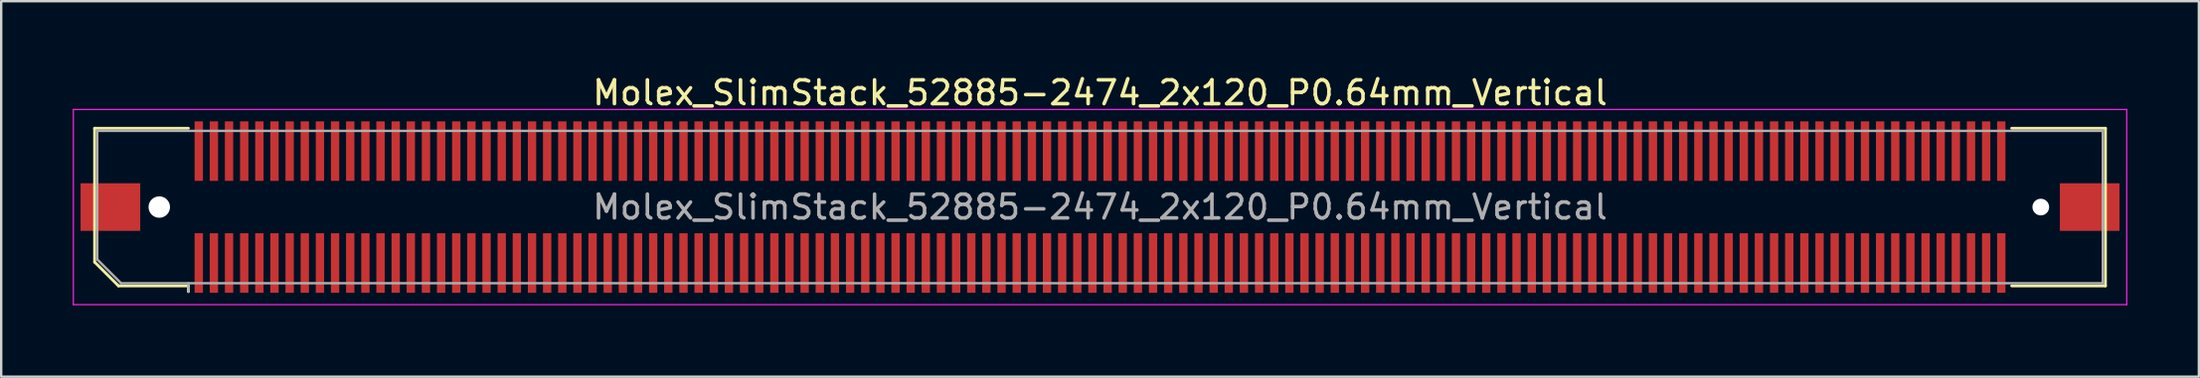
<source format=kicad_pcb>
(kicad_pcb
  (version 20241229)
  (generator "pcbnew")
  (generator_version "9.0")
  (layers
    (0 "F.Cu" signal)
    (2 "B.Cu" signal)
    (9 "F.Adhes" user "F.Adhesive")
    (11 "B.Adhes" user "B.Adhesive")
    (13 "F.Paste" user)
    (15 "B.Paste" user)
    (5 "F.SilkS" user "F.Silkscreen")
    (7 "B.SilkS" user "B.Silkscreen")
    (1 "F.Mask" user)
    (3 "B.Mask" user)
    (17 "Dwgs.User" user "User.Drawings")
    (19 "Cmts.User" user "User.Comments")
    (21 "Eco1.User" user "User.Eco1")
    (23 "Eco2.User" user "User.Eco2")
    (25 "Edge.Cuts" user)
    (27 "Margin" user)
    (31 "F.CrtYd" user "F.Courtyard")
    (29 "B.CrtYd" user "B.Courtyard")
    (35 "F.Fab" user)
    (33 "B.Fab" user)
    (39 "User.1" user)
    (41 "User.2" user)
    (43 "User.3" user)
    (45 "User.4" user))
  (footprint "Molex_SlimStack_52885-2474_2x120_P0.64mm_Vertical"
    (layer "F.Cu")
    (at 43.065 5.648)
    (property "Reference" "Molex_SlimStack_52885-2474_2x120_P0.64mm_Vertical" (at 0 -4.8 0) (layer "F.SilkS") (effects (font (size 1 1) (thickness 0.15))))
    (attr smd)
    (fp_line (start -42.148 -3.31) (end -38.218 -3.31) (stroke (width 0.12) (type solid)) (layer "F.SilkS"))
    (fp_line (start -42.148 2.31) (end -42.148 -3.31) (stroke (width 0.12) (type solid)) (layer "F.SilkS"))
    (fp_line (start -41.148 3.31) (end -42.148 2.31) (stroke (width 0.12) (type solid)) (layer "F.SilkS"))
    (fp_line (start -38.218 3.31) (end -41.148 3.31) (stroke (width 0.12) (type solid)) (layer "F.SilkS"))
    (fp_line (start -38.218 3.55) (end -38.218 3.31) (stroke (width 0.12) (type solid)) (layer "F.SilkS"))
    (fp_line (start 38.218 3.31) (end 42.148 3.31) (stroke (width 0.12) (type solid)) (layer "F.SilkS"))
    (fp_line (start 42.148 -3.31) (end 38.218 -3.31) (stroke (width 0.12) (type solid)) (layer "F.SilkS"))
    (fp_line (start 42.148 3.31) (end 42.148 -3.31) (stroke (width 0.12) (type solid)) (layer "F.SilkS"))
    (fp_line (start -43.04 -4.1) (end -43.04 4.1) (stroke (width 0.05) (type solid)) (layer "F.CrtYd"))
    (fp_line (start -43.04 4.1) (end 43.04 4.1) (stroke (width 0.05) (type solid)) (layer "F.CrtYd"))
    (fp_line (start 43.04 -4.1) (end -43.04 -4.1) (stroke (width 0.05) (type solid)) (layer "F.CrtYd"))
    (fp_line (start 43.04 4.1) (end 43.04 -4.1) (stroke (width 0.05) (type solid)) (layer "F.CrtYd"))
    (fp_line (start -42.038 -3.2) (end -42.038 2.2) (stroke (width 0.1) (type solid)) (layer "F.Fab"))
    (fp_line (start -42.038 2.2) (end -41.038 3.2) (stroke (width 0.1) (type solid)) (layer "F.Fab"))
    (fp_line (start -41.038 3.2) (end 42.038 3.2) (stroke (width 0.1) (type solid)) (layer "F.Fab"))
    (fp_line (start -38.218 3.2) (end -38.218 3.55) (stroke (width 0.1) (type solid)) (layer "F.Fab"))
    (fp_line (start 42.038 -3.2) (end -42.038 -3.2) (stroke (width 0.1) (type solid)) (layer "F.Fab"))
    (fp_line (start 42.038 3.2) (end 42.038 -3.2) (stroke (width 0.1) (type solid)) (layer "F.Fab"))
    (fp_text user "${REFERENCE}" (at 0 0 0) (layer "F.Fab") (effects (font (size 1 1) (thickness 0.15))))
    (pad "" smd rect (at -41.487 0) (size 2.5 2) (layers "F.Cu" "F.Mask" "F.Paste"))
    (pad "" np_thru_hole circle (at -39.438 0) (size 0.9 0.9) (drill 0.9) (layers "*.Cu" "*.Mask"))
    (pad "" np_thru_hole circle (at 39.438 0) (size 0.7 0.7) (drill 0.7) (layers "*.Cu" "*.Mask"))
    (pad "" smd rect (at 41.487 0) (size 2.5 2) (layers "F.Cu" "F.Mask" "F.Paste"))
    (pad "1" smd rect (at -37.782 2.35) (size 0.35 2.5) (layers "F.Cu" "F.Mask" "F.Paste"))
    (pad "2" smd rect (at -37.782 -2.35) (size 0.35 2.5) (layers "F.Cu" "F.Mask" "F.Paste"))
    (pad "3" smd rect (at -37.148 2.35) (size 0.35 2.5) (layers "F.Cu" "F.Mask" "F.Paste"))
    (pad "4" smd rect (at -37.148 -2.35) (size 0.35 2.5) (layers "F.Cu" "F.Mask" "F.Paste"))
    (pad "5" smd rect (at -36.513 2.35) (size 0.35 2.5) (layers "F.Cu" "F.Mask" "F.Paste"))
    (pad "6" smd rect (at -36.513 -2.35) (size 0.35 2.5) (layers "F.Cu" "F.Mask" "F.Paste"))
    (pad "7" smd rect (at -35.877 2.35) (size 0.35 2.5) (layers "F.Cu" "F.Mask" "F.Paste"))
    (pad "8" smd rect (at -35.877 -2.35) (size 0.35 2.5) (layers "F.Cu" "F.Mask" "F.Paste"))
    (pad "9" smd rect (at -35.242 2.35) (size 0.35 2.5) (layers "F.Cu" "F.Mask" "F.Paste"))
    (pad "10" smd rect (at -35.242 -2.35) (size 0.35 2.5) (layers "F.Cu" "F.Mask" "F.Paste"))
    (pad "11" smd rect (at -34.608 2.35) (size 0.35 2.5) (layers "F.Cu" "F.Mask" "F.Paste"))
    (pad "12" smd rect (at -34.608 -2.35) (size 0.35 2.5) (layers "F.Cu" "F.Mask" "F.Paste"))
    (pad "13" smd rect (at -33.972 2.35) (size 0.35 2.5) (layers "F.Cu" "F.Mask" "F.Paste"))
    (pad "14" smd rect (at -33.972 -2.35) (size 0.35 2.5) (layers "F.Cu" "F.Mask" "F.Paste"))
    (pad "15" smd rect (at -33.337 2.35) (size 0.35 2.5) (layers "F.Cu" "F.Mask" "F.Paste"))
    (pad "16" smd rect (at -33.337 -2.35) (size 0.35 2.5) (layers "F.Cu" "F.Mask" "F.Paste"))
    (pad "17" smd rect (at -32.703 2.35) (size 0.35 2.5) (layers "F.Cu" "F.Mask" "F.Paste"))
    (pad "18" smd rect (at -32.703 -2.35) (size 0.35 2.5) (layers "F.Cu" "F.Mask" "F.Paste"))
    (pad "19" smd rect (at -32.068 2.35) (size 0.35 2.5) (layers "F.Cu" "F.Mask" "F.Paste"))
    (pad "20" smd rect (at -32.068 -2.35) (size 0.35 2.5) (layers "F.Cu" "F.Mask" "F.Paste"))
    (pad "21" smd rect (at -31.433 2.35) (size 0.35 2.5) (layers "F.Cu" "F.Mask" "F.Paste"))
    (pad "22" smd rect (at -31.433 -2.35) (size 0.35 2.5) (layers "F.Cu" "F.Mask" "F.Paste"))
    (pad "23" smd rect (at -30.797 2.35) (size 0.35 2.5) (layers "F.Cu" "F.Mask" "F.Paste"))
    (pad "24" smd rect (at -30.797 -2.35) (size 0.35 2.5) (layers "F.Cu" "F.Mask" "F.Paste"))
    (pad "25" smd rect (at -30.163 2.35) (size 0.35 2.5) (layers "F.Cu" "F.Mask" "F.Paste"))
    (pad "26" smd rect (at -30.163 -2.35) (size 0.35 2.5) (layers "F.Cu" "F.Mask" "F.Paste"))
    (pad "27" smd rect (at -29.527 2.35) (size 0.35 2.5) (layers "F.Cu" "F.Mask" "F.Paste"))
    (pad "28" smd rect (at -29.527 -2.35) (size 0.35 2.5) (layers "F.Cu" "F.Mask" "F.Paste"))
    (pad "29" smd rect (at -28.892 2.35) (size 0.35 2.5) (layers "F.Cu" "F.Mask" "F.Paste"))
    (pad "30" smd rect (at -28.892 -2.35) (size 0.35 2.5) (layers "F.Cu" "F.Mask" "F.Paste"))
    (pad "31" smd rect (at -28.258 2.35) (size 0.35 2.5) (layers "F.Cu" "F.Mask" "F.Paste"))
    (pad "32" smd rect (at -28.258 -2.35) (size 0.35 2.5) (layers "F.Cu" "F.Mask" "F.Paste"))
    (pad "33" smd rect (at -27.622 2.35) (size 0.35 2.5) (layers "F.Cu" "F.Mask" "F.Paste"))
    (pad "34" smd rect (at -27.622 -2.35) (size 0.35 2.5) (layers "F.Cu" "F.Mask" "F.Paste"))
    (pad "35" smd rect (at -26.988 2.35) (size 0.35 2.5) (layers "F.Cu" "F.Mask" "F.Paste"))
    (pad "36" smd rect (at -26.988 -2.35) (size 0.35 2.5) (layers "F.Cu" "F.Mask" "F.Paste"))
    (pad "37" smd rect (at -26.352 2.35) (size 0.35 2.5) (layers "F.Cu" "F.Mask" "F.Paste"))
    (pad "38" smd rect (at -26.352 -2.35) (size 0.35 2.5) (layers "F.Cu" "F.Mask" "F.Paste"))
    (pad "39" smd rect (at -25.718 2.35) (size 0.35 2.5) (layers "F.Cu" "F.Mask" "F.Paste"))
    (pad "40" smd rect (at -25.718 -2.35) (size 0.35 2.5) (layers "F.Cu" "F.Mask" "F.Paste"))
    (pad "41" smd rect (at -25.082 2.35) (size 0.35 2.5) (layers "F.Cu" "F.Mask" "F.Paste"))
    (pad "42" smd rect (at -25.082 -2.35) (size 0.35 2.5) (layers "F.Cu" "F.Mask" "F.Paste"))
    (pad "43" smd rect (at -24.448 2.35) (size 0.35 2.5) (layers "F.Cu" "F.Mask" "F.Paste"))
    (pad "44" smd rect (at -24.448 -2.35) (size 0.35 2.5) (layers "F.Cu" "F.Mask" "F.Paste"))
    (pad "45" smd rect (at -23.812 2.35) (size 0.35 2.5) (layers "F.Cu" "F.Mask" "F.Paste"))
    (pad "46" smd rect (at -23.812 -2.35) (size 0.35 2.5) (layers "F.Cu" "F.Mask" "F.Paste"))
    (pad "47" smd rect (at -23.177 2.35) (size 0.35 2.5) (layers "F.Cu" "F.Mask" "F.Paste"))
    (pad "48" smd rect (at -23.177 -2.35) (size 0.35 2.5) (layers "F.Cu" "F.Mask" "F.Paste"))
    (pad "49" smd rect (at -22.543 2.35) (size 0.35 2.5) (layers "F.Cu" "F.Mask" "F.Paste"))
    (pad "50" smd rect (at -22.543 -2.35) (size 0.35 2.5) (layers "F.Cu" "F.Mask" "F.Paste"))
    (pad "51" smd rect (at -21.907 2.35) (size 0.35 2.5) (layers "F.Cu" "F.Mask" "F.Paste"))
    (pad "52" smd rect (at -21.907 -2.35) (size 0.35 2.5) (layers "F.Cu" "F.Mask" "F.Paste"))
    (pad "53" smd rect (at -21.273 2.35) (size 0.35 2.5) (layers "F.Cu" "F.Mask" "F.Paste"))
    (pad "54" smd rect (at -21.273 -2.35) (size 0.35 2.5) (layers "F.Cu" "F.Mask" "F.Paste"))
    (pad "55" smd rect (at -20.637 2.35) (size 0.35 2.5) (layers "F.Cu" "F.Mask" "F.Paste"))
    (pad "56" smd rect (at -20.637 -2.35) (size 0.35 2.5) (layers "F.Cu" "F.Mask" "F.Paste"))
    (pad "57" smd rect (at -20.003 2.35) (size 0.35 2.5) (layers "F.Cu" "F.Mask" "F.Paste"))
    (pad "58" smd rect (at -20.003 -2.35) (size 0.35 2.5) (layers "F.Cu" "F.Mask" "F.Paste"))
    (pad "59" smd rect (at -19.367 2.35) (size 0.35 2.5) (layers "F.Cu" "F.Mask" "F.Paste"))
    (pad "60" smd rect (at -19.367 -2.35) (size 0.35 2.5) (layers "F.Cu" "F.Mask" "F.Paste"))
    (pad "61" smd rect (at -18.733 2.35) (size 0.35 2.5) (layers "F.Cu" "F.Mask" "F.Paste"))
    (pad "62" smd rect (at -18.733 -2.35) (size 0.35 2.5) (layers "F.Cu" "F.Mask" "F.Paste"))
    (pad "63" smd rect (at -18.098 2.35) (size 0.35 2.5) (layers "F.Cu" "F.Mask" "F.Paste"))
    (pad "64" smd rect (at -18.098 -2.35) (size 0.35 2.5) (layers "F.Cu" "F.Mask" "F.Paste"))
    (pad "65" smd rect (at -17.462 2.35) (size 0.35 2.5) (layers "F.Cu" "F.Mask" "F.Paste"))
    (pad "66" smd rect (at -17.462 -2.35) (size 0.35 2.5) (layers "F.Cu" "F.Mask" "F.Paste"))
    (pad "67" smd rect (at -16.828 2.35) (size 0.35 2.5) (layers "F.Cu" "F.Mask" "F.Paste"))
    (pad "68" smd rect (at -16.828 -2.35) (size 0.35 2.5) (layers "F.Cu" "F.Mask" "F.Paste"))
    (pad "69" smd rect (at -16.192 2.35) (size 0.35 2.5) (layers "F.Cu" "F.Mask" "F.Paste"))
    (pad "70" smd rect (at -16.192 -2.35) (size 0.35 2.5) (layers "F.Cu" "F.Mask" "F.Paste"))
    (pad "71" smd rect (at -15.557 2.35) (size 0.35 2.5) (layers "F.Cu" "F.Mask" "F.Paste"))
    (pad "72" smd rect (at -15.557 -2.35) (size 0.35 2.5) (layers "F.Cu" "F.Mask" "F.Paste"))
    (pad "73" smd rect (at -14.922 2.35) (size 0.35 2.5) (layers "F.Cu" "F.Mask" "F.Paste"))
    (pad "74" smd rect (at -14.922 -2.35) (size 0.35 2.5) (layers "F.Cu" "F.Mask" "F.Paste"))
    (pad "75" smd rect (at -14.287 2.35) (size 0.35 2.5) (layers "F.Cu" "F.Mask" "F.Paste"))
    (pad "76" smd rect (at -14.287 -2.35) (size 0.35 2.5) (layers "F.Cu" "F.Mask" "F.Paste"))
    (pad "77" smd rect (at -13.652 2.35) (size 0.35 2.5) (layers "F.Cu" "F.Mask" "F.Paste"))
    (pad "78" smd rect (at -13.652 -2.35) (size 0.35 2.5) (layers "F.Cu" "F.Mask" "F.Paste"))
    (pad "79" smd rect (at -13.018 2.35) (size 0.35 2.5) (layers "F.Cu" "F.Mask" "F.Paste"))
    (pad "80" smd rect (at -13.018 -2.35) (size 0.35 2.5) (layers "F.Cu" "F.Mask" "F.Paste"))
    (pad "81" smd rect (at -12.383 2.35) (size 0.35 2.5) (layers "F.Cu" "F.Mask" "F.Paste"))
    (pad "82" smd rect (at -12.383 -2.35) (size 0.35 2.5) (layers "F.Cu" "F.Mask" "F.Paste"))
    (pad "83" smd rect (at -11.748 2.35) (size 0.35 2.5) (layers "F.Cu" "F.Mask" "F.Paste"))
    (pad "84" smd rect (at -11.748 -2.35) (size 0.35 2.5) (layers "F.Cu" "F.Mask" "F.Paste"))
    (pad "85" smd rect (at -11.113 2.35) (size 0.35 2.5) (layers "F.Cu" "F.Mask" "F.Paste"))
    (pad "86" smd rect (at -11.113 -2.35) (size 0.35 2.5) (layers "F.Cu" "F.Mask" "F.Paste"))
    (pad "87" smd rect (at -10.477 2.35) (size 0.35 2.5) (layers "F.Cu" "F.Mask" "F.Paste"))
    (pad "88" smd rect (at -10.477 -2.35) (size 0.35 2.5) (layers "F.Cu" "F.Mask" "F.Paste"))
    (pad "89" smd rect (at -9.842 2.35) (size 0.35 2.5) (layers "F.Cu" "F.Mask" "F.Paste"))
    (pad "90" smd rect (at -9.842 -2.35) (size 0.35 2.5) (layers "F.Cu" "F.Mask" "F.Paste"))
    (pad "91" smd rect (at -9.207 2.35) (size 0.35 2.5) (layers "F.Cu" "F.Mask" "F.Paste"))
    (pad "92" smd rect (at -9.207 -2.35) (size 0.35 2.5) (layers "F.Cu" "F.Mask" "F.Paste"))
    (pad "93" smd rect (at -8.572 2.35) (size 0.35 2.5) (layers "F.Cu" "F.Mask" "F.Paste"))
    (pad "94" smd rect (at -8.572 -2.35) (size 0.35 2.5) (layers "F.Cu" "F.Mask" "F.Paste"))
    (pad "95" smd rect (at -7.938 2.35) (size 0.35 2.5) (layers "F.Cu" "F.Mask" "F.Paste"))
    (pad "96" smd rect (at -7.938 -2.35) (size 0.35 2.5) (layers "F.Cu" "F.Mask" "F.Paste"))
    (pad "97" smd rect (at -7.303 2.35) (size 0.35 2.5) (layers "F.Cu" "F.Mask" "F.Paste"))
    (pad "98" smd rect (at -7.303 -2.35) (size 0.35 2.5) (layers "F.Cu" "F.Mask" "F.Paste"))
    (pad "99" smd rect (at -6.668 2.35) (size 0.35 2.5) (layers "F.Cu" "F.Mask" "F.Paste"))
    (pad "100" smd rect (at -6.668 -2.35) (size 0.35 2.5) (layers "F.Cu" "F.Mask" "F.Paste"))
    (pad "101" smd rect (at -6.032 2.35) (size 0.35 2.5) (layers "F.Cu" "F.Mask" "F.Paste"))
    (pad "102" smd rect (at -6.032 -2.35) (size 0.35 2.5) (layers "F.Cu" "F.Mask" "F.Paste"))
    (pad "103" smd rect (at -5.397 2.35) (size 0.35 2.5) (layers "F.Cu" "F.Mask" "F.Paste"))
    (pad "104" smd rect (at -5.397 -2.35) (size 0.35 2.5) (layers "F.Cu" "F.Mask" "F.Paste"))
    (pad "105" smd rect (at -4.763 2.35) (size 0.35 2.5) (layers "F.Cu" "F.Mask" "F.Paste"))
    (pad "106" smd rect (at -4.763 -2.35) (size 0.35 2.5) (layers "F.Cu" "F.Mask" "F.Paste"))
    (pad "107" smd rect (at -4.128 2.35) (size 0.35 2.5) (layers "F.Cu" "F.Mask" "F.Paste"))
    (pad "108" smd rect (at -4.128 -2.35) (size 0.35 2.5) (layers "F.Cu" "F.Mask" "F.Paste"))
    (pad "109" smd rect (at -3.493 2.35) (size 0.35 2.5) (layers "F.Cu" "F.Mask" "F.Paste"))
    (pad "110" smd rect (at -3.493 -2.35) (size 0.35 2.5) (layers "F.Cu" "F.Mask" "F.Paste"))
    (pad "111" smd rect (at -2.857 2.35) (size 0.35 2.5) (layers "F.Cu" "F.Mask" "F.Paste"))
    (pad "112" smd rect (at -2.857 -2.35) (size 0.35 2.5) (layers "F.Cu" "F.Mask" "F.Paste"))
    (pad "113" smd rect (at -2.223 2.35) (size 0.35 2.5) (layers "F.Cu" "F.Mask" "F.Paste"))
    (pad "114" smd rect (at -2.223 -2.35) (size 0.35 2.5) (layers "F.Cu" "F.Mask" "F.Paste"))
    (pad "115" smd rect (at -1.587 2.35) (size 0.35 2.5) (layers "F.Cu" "F.Mask" "F.Paste"))
    (pad "116" smd rect (at -1.587 -2.35) (size 0.35 2.5) (layers "F.Cu" "F.Mask" "F.Paste"))
    (pad "117" smd rect (at -0.953 2.35) (size 0.35 2.5) (layers "F.Cu" "F.Mask" "F.Paste"))
    (pad "118" smd rect (at -0.953 -2.35) (size 0.35 2.5) (layers "F.Cu" "F.Mask" "F.Paste"))
    (pad "119" smd rect (at -0.318 2.35) (size 0.35 2.5) (layers "F.Cu" "F.Mask" "F.Paste"))
    (pad "120" smd rect (at -0.318 -2.35) (size 0.35 2.5) (layers "F.Cu" "F.Mask" "F.Paste"))
    (pad "121" smd rect (at 0.318 2.35) (size 0.35 2.5) (layers "F.Cu" "F.Mask" "F.Paste"))
    (pad "122" smd rect (at 0.318 -2.35) (size 0.35 2.5) (layers "F.Cu" "F.Mask" "F.Paste"))
    (pad "123" smd rect (at 0.953 2.35) (size 0.35 2.5) (layers "F.Cu" "F.Mask" "F.Paste"))
    (pad "124" smd rect (at 0.953 -2.35) (size 0.35 2.5) (layers "F.Cu" "F.Mask" "F.Paste"))
    (pad "125" smd rect (at 1.587 2.35) (size 0.35 2.5) (layers "F.Cu" "F.Mask" "F.Paste"))
    (pad "126" smd rect (at 1.587 -2.35) (size 0.35 2.5) (layers "F.Cu" "F.Mask" "F.Paste"))
    (pad "127" smd rect (at 2.223 2.35) (size 0.35 2.5) (layers "F.Cu" "F.Mask" "F.Paste"))
    (pad "128" smd rect (at 2.223 -2.35) (size 0.35 2.5) (layers "F.Cu" "F.Mask" "F.Paste"))
    (pad "129" smd rect (at 2.857 2.35) (size 0.35 2.5) (layers "F.Cu" "F.Mask" "F.Paste"))
    (pad "130" smd rect (at 2.857 -2.35) (size 0.35 2.5) (layers "F.Cu" "F.Mask" "F.Paste"))
    (pad "131" smd rect (at 3.493 2.35) (size 0.35 2.5) (layers "F.Cu" "F.Mask" "F.Paste"))
    (pad "132" smd rect (at 3.493 -2.35) (size 0.35 2.5) (layers "F.Cu" "F.Mask" "F.Paste"))
    (pad "133" smd rect (at 4.128 2.35) (size 0.35 2.5) (layers "F.Cu" "F.Mask" "F.Paste"))
    (pad "134" smd rect (at 4.128 -2.35) (size 0.35 2.5) (layers "F.Cu" "F.Mask" "F.Paste"))
    (pad "135" smd rect (at 4.763 2.35) (size 0.35 2.5) (layers "F.Cu" "F.Mask" "F.Paste"))
    (pad "136" smd rect (at 4.763 -2.35) (size 0.35 2.5) (layers "F.Cu" "F.Mask" "F.Paste"))
    (pad "137" smd rect (at 5.397 2.35) (size 0.35 2.5) (layers "F.Cu" "F.Mask" "F.Paste"))
    (pad "138" smd rect (at 5.397 -2.35) (size 0.35 2.5) (layers "F.Cu" "F.Mask" "F.Paste"))
    (pad "139" smd rect (at 6.032 2.35) (size 0.35 2.5) (layers "F.Cu" "F.Mask" "F.Paste"))
    (pad "140" smd rect (at 6.032 -2.35) (size 0.35 2.5) (layers "F.Cu" "F.Mask" "F.Paste"))
    (pad "141" smd rect (at 6.668 2.35) (size 0.35 2.5) (layers "F.Cu" "F.Mask" "F.Paste"))
    (pad "142" smd rect (at 6.668 -2.35) (size 0.35 2.5) (layers "F.Cu" "F.Mask" "F.Paste"))
    (pad "143" smd rect (at 7.303 2.35) (size 0.35 2.5) (layers "F.Cu" "F.Mask" "F.Paste"))
    (pad "144" smd rect (at 7.303 -2.35) (size 0.35 2.5) (layers "F.Cu" "F.Mask" "F.Paste"))
    (pad "145" smd rect (at 7.938 2.35) (size 0.35 2.5) (layers "F.Cu" "F.Mask" "F.Paste"))
    (pad "146" smd rect (at 7.938 -2.35) (size 0.35 2.5) (layers "F.Cu" "F.Mask" "F.Paste"))
    (pad "147" smd rect (at 8.572 2.35) (size 0.35 2.5) (layers "F.Cu" "F.Mask" "F.Paste"))
    (pad "148" smd rect (at 8.572 -2.35) (size 0.35 2.5) (layers "F.Cu" "F.Mask" "F.Paste"))
    (pad "149" smd rect (at 9.207 2.35) (size 0.35 2.5) (layers "F.Cu" "F.Mask" "F.Paste"))
    (pad "150" smd rect (at 9.207 -2.35) (size 0.35 2.5) (layers "F.Cu" "F.Mask" "F.Paste"))
    (pad "151" smd rect (at 9.842 2.35) (size 0.35 2.5) (layers "F.Cu" "F.Mask" "F.Paste"))
    (pad "152" smd rect (at 9.842 -2.35) (size 0.35 2.5) (layers "F.Cu" "F.Mask" "F.Paste"))
    (pad "153" smd rect (at 10.477 2.35) (size 0.35 2.5) (layers "F.Cu" "F.Mask" "F.Paste"))
    (pad "154" smd rect (at 10.477 -2.35) (size 0.35 2.5) (layers "F.Cu" "F.Mask" "F.Paste"))
    (pad "155" smd rect (at 11.113 2.35) (size 0.35 2.5) (layers "F.Cu" "F.Mask" "F.Paste"))
    (pad "156" smd rect (at 11.113 -2.35) (size 0.35 2.5) (layers "F.Cu" "F.Mask" "F.Paste"))
    (pad "157" smd rect (at 11.748 2.35) (size 0.35 2.5) (layers "F.Cu" "F.Mask" "F.Paste"))
    (pad "158" smd rect (at 11.748 -2.35) (size 0.35 2.5) (layers "F.Cu" "F.Mask" "F.Paste"))
    (pad "159" smd rect (at 12.383 2.35) (size 0.35 2.5) (layers "F.Cu" "F.Mask" "F.Paste"))
    (pad "160" smd rect (at 12.383 -2.35) (size 0.35 2.5) (layers "F.Cu" "F.Mask" "F.Paste"))
    (pad "161" smd rect (at 13.018 2.35) (size 0.35 2.5) (layers "F.Cu" "F.Mask" "F.Paste"))
    (pad "162" smd rect (at 13.018 -2.35) (size 0.35 2.5) (layers "F.Cu" "F.Mask" "F.Paste"))
    (pad "163" smd rect (at 13.652 2.35) (size 0.35 2.5) (layers "F.Cu" "F.Mask" "F.Paste"))
    (pad "164" smd rect (at 13.652 -2.35) (size 0.35 2.5) (layers "F.Cu" "F.Mask" "F.Paste"))
    (pad "165" smd rect (at 14.287 2.35) (size 0.35 2.5) (layers "F.Cu" "F.Mask" "F.Paste"))
    (pad "166" smd rect (at 14.287 -2.35) (size 0.35 2.5) (layers "F.Cu" "F.Mask" "F.Paste"))
    (pad "167" smd rect (at 14.922 2.35) (size 0.35 2.5) (layers "F.Cu" "F.Mask" "F.Paste"))
    (pad "168" smd rect (at 14.922 -2.35) (size 0.35 2.5) (layers "F.Cu" "F.Mask" "F.Paste"))
    (pad "169" smd rect (at 15.557 2.35) (size 0.35 2.5) (layers "F.Cu" "F.Mask" "F.Paste"))
    (pad "170" smd rect (at 15.557 -2.35) (size 0.35 2.5) (layers "F.Cu" "F.Mask" "F.Paste"))
    (pad "171" smd rect (at 16.192 2.35) (size 0.35 2.5) (layers "F.Cu" "F.Mask" "F.Paste"))
    (pad "172" smd rect (at 16.192 -2.35) (size 0.35 2.5) (layers "F.Cu" "F.Mask" "F.Paste"))
    (pad "173" smd rect (at 16.828 2.35) (size 0.35 2.5) (layers "F.Cu" "F.Mask" "F.Paste"))
    (pad "174" smd rect (at 16.828 -2.35) (size 0.35 2.5) (layers "F.Cu" "F.Mask" "F.Paste"))
    (pad "175" smd rect (at 17.462 2.35) (size 0.35 2.5) (layers "F.Cu" "F.Mask" "F.Paste"))
    (pad "176" smd rect (at 17.462 -2.35) (size 0.35 2.5) (layers "F.Cu" "F.Mask" "F.Paste"))
    (pad "177" smd rect (at 18.098 2.35) (size 0.35 2.5) (layers "F.Cu" "F.Mask" "F.Paste"))
    (pad "178" smd rect (at 18.098 -2.35) (size 0.35 2.5) (layers "F.Cu" "F.Mask" "F.Paste"))
    (pad "179" smd rect (at 18.733 2.35) (size 0.35 2.5) (layers "F.Cu" "F.Mask" "F.Paste"))
    (pad "180" smd rect (at 18.733 -2.35) (size 0.35 2.5) (layers "F.Cu" "F.Mask" "F.Paste"))
    (pad "181" smd rect (at 19.367 2.35) (size 0.35 2.5) (layers "F.Cu" "F.Mask" "F.Paste"))
    (pad "182" smd rect (at 19.367 -2.35) (size 0.35 2.5) (layers "F.Cu" "F.Mask" "F.Paste"))
    (pad "183" smd rect (at 20.003 2.35) (size 0.35 2.5) (layers "F.Cu" "F.Mask" "F.Paste"))
    (pad "184" smd rect (at 20.003 -2.35) (size 0.35 2.5) (layers "F.Cu" "F.Mask" "F.Paste"))
    (pad "185" smd rect (at 20.637 2.35) (size 0.35 2.5) (layers "F.Cu" "F.Mask" "F.Paste"))
    (pad "186" smd rect (at 20.637 -2.35) (size 0.35 2.5) (layers "F.Cu" "F.Mask" "F.Paste"))
    (pad "187" smd rect (at 21.273 2.35) (size 0.35 2.5) (layers "F.Cu" "F.Mask" "F.Paste"))
    (pad "188" smd rect (at 21.273 -2.35) (size 0.35 2.5) (layers "F.Cu" "F.Mask" "F.Paste"))
    (pad "189" smd rect (at 21.907 2.35) (size 0.35 2.5) (layers "F.Cu" "F.Mask" "F.Paste"))
    (pad "190" smd rect (at 21.907 -2.35) (size 0.35 2.5) (layers "F.Cu" "F.Mask" "F.Paste"))
    (pad "191" smd rect (at 22.543 2.35) (size 0.35 2.5) (layers "F.Cu" "F.Mask" "F.Paste"))
    (pad "192" smd rect (at 22.543 -2.35) (size 0.35 2.5) (layers "F.Cu" "F.Mask" "F.Paste"))
    (pad "193" smd rect (at 23.177 2.35) (size 0.35 2.5) (layers "F.Cu" "F.Mask" "F.Paste"))
    (pad "194" smd rect (at 23.177 -2.35) (size 0.35 2.5) (layers "F.Cu" "F.Mask" "F.Paste"))
    (pad "195" smd rect (at 23.812 2.35) (size 0.35 2.5) (layers "F.Cu" "F.Mask" "F.Paste"))
    (pad "196" smd rect (at 23.812 -2.35) (size 0.35 2.5) (layers "F.Cu" "F.Mask" "F.Paste"))
    (pad "197" smd rect (at 24.448 2.35) (size 0.35 2.5) (layers "F.Cu" "F.Mask" "F.Paste"))
    (pad "198" smd rect (at 24.448 -2.35) (size 0.35 2.5) (layers "F.Cu" "F.Mask" "F.Paste"))
    (pad "199" smd rect (at 25.082 2.35) (size 0.35 2.5) (layers "F.Cu" "F.Mask" "F.Paste"))
    (pad "200" smd rect (at 25.082 -2.35) (size 0.35 2.5) (layers "F.Cu" "F.Mask" "F.Paste"))
    (pad "201" smd rect (at 25.718 2.35) (size 0.35 2.5) (layers "F.Cu" "F.Mask" "F.Paste"))
    (pad "202" smd rect (at 25.718 -2.35) (size 0.35 2.5) (layers "F.Cu" "F.Mask" "F.Paste"))
    (pad "203" smd rect (at 26.352 2.35) (size 0.35 2.5) (layers "F.Cu" "F.Mask" "F.Paste"))
    (pad "204" smd rect (at 26.352 -2.35) (size 0.35 2.5) (layers "F.Cu" "F.Mask" "F.Paste"))
    (pad "205" smd rect (at 26.988 2.35) (size 0.35 2.5) (layers "F.Cu" "F.Mask" "F.Paste"))
    (pad "206" smd rect (at 26.988 -2.35) (size 0.35 2.5) (layers "F.Cu" "F.Mask" "F.Paste"))
    (pad "207" smd rect (at 27.622 2.35) (size 0.35 2.5) (layers "F.Cu" "F.Mask" "F.Paste"))
    (pad "208" smd rect (at 27.622 -2.35) (size 0.35 2.5) (layers "F.Cu" "F.Mask" "F.Paste"))
    (pad "209" smd rect (at 28.258 2.35) (size 0.35 2.5) (layers "F.Cu" "F.Mask" "F.Paste"))
    (pad "210" smd rect (at 28.258 -2.35) (size 0.35 2.5) (layers "F.Cu" "F.Mask" "F.Paste"))
    (pad "211" smd rect (at 28.892 2.35) (size 0.35 2.5) (layers "F.Cu" "F.Mask" "F.Paste"))
    (pad "212" smd rect (at 28.892 -2.35) (size 0.35 2.5) (layers "F.Cu" "F.Mask" "F.Paste"))
    (pad "213" smd rect (at 29.527 2.35) (size 0.35 2.5) (layers "F.Cu" "F.Mask" "F.Paste"))
    (pad "214" smd rect (at 29.527 -2.35) (size 0.35 2.5) (layers "F.Cu" "F.Mask" "F.Paste"))
    (pad "215" smd rect (at 30.163 2.35) (size 0.35 2.5) (layers "F.Cu" "F.Mask" "F.Paste"))
    (pad "216" smd rect (at 30.163 -2.35) (size 0.35 2.5) (layers "F.Cu" "F.Mask" "F.Paste"))
    (pad "217" smd rect (at 30.797 2.35) (size 0.35 2.5) (layers "F.Cu" "F.Mask" "F.Paste"))
    (pad "218" smd rect (at 30.797 -2.35) (size 0.35 2.5) (layers "F.Cu" "F.Mask" "F.Paste"))
    (pad "219" smd rect (at 31.433 2.35) (size 0.35 2.5) (layers "F.Cu" "F.Mask" "F.Paste"))
    (pad "220" smd rect (at 31.433 -2.35) (size 0.35 2.5) (layers "F.Cu" "F.Mask" "F.Paste"))
    (pad "221" smd rect (at 32.068 2.35) (size 0.35 2.5) (layers "F.Cu" "F.Mask" "F.Paste"))
    (pad "222" smd rect (at 32.068 -2.35) (size 0.35 2.5) (layers "F.Cu" "F.Mask" "F.Paste"))
    (pad "223" smd rect (at 32.703 2.35) (size 0.35 2.5) (layers "F.Cu" "F.Mask" "F.Paste"))
    (pad "224" smd rect (at 32.703 -2.35) (size 0.35 2.5) (layers "F.Cu" "F.Mask" "F.Paste"))
    (pad "225" smd rect (at 33.337 2.35) (size 0.35 2.5) (layers "F.Cu" "F.Mask" "F.Paste"))
    (pad "226" smd rect (at 33.337 -2.35) (size 0.35 2.5) (layers "F.Cu" "F.Mask" "F.Paste"))
    (pad "227" smd rect (at 33.972 2.35) (size 0.35 2.5) (layers "F.Cu" "F.Mask" "F.Paste"))
    (pad "228" smd rect (at 33.972 -2.35) (size 0.35 2.5) (layers "F.Cu" "F.Mask" "F.Paste"))
    (pad "229" smd rect (at 34.608 2.35) (size 0.35 2.5) (layers "F.Cu" "F.Mask" "F.Paste"))
    (pad "230" smd rect (at 34.608 -2.35) (size 0.35 2.5) (layers "F.Cu" "F.Mask" "F.Paste"))
    (pad "231" smd rect (at 35.242 2.35) (size 0.35 2.5) (layers "F.Cu" "F.Mask" "F.Paste"))
    (pad "232" smd rect (at 35.242 -2.35) (size 0.35 2.5) (layers "F.Cu" "F.Mask" "F.Paste"))
    (pad "233" smd rect (at 35.877 2.35) (size 0.35 2.5) (layers "F.Cu" "F.Mask" "F.Paste"))
    (pad "234" smd rect (at 35.877 -2.35) (size 0.35 2.5) (layers "F.Cu" "F.Mask" "F.Paste"))
    (pad "235" smd rect (at 36.513 2.35) (size 0.35 2.5) (layers "F.Cu" "F.Mask" "F.Paste"))
    (pad "236" smd rect (at 36.513 -2.35) (size 0.35 2.5) (layers "F.Cu" "F.Mask" "F.Paste"))
    (pad "237" smd rect (at 37.148 2.35) (size 0.35 2.5) (layers "F.Cu" "F.Mask" "F.Paste"))
    (pad "238" smd rect (at 37.148 -2.35) (size 0.35 2.5) (layers "F.Cu" "F.Mask" "F.Paste"))
    (pad "239" smd rect (at 37.782 2.35) (size 0.35 2.5) (layers "F.Cu" "F.Mask" "F.Paste"))
    (pad "240" smd rect (at 37.782 -2.35) (size 0.35 2.5) (layers "F.Cu" "F.Mask" "F.Paste")))
  (gr_rect
    (start -3 -3)
    (end 89.13 12.773)
    (stroke (width 0.1) (type default))
    (fill no)
    (layer "Edge.Cuts")))
</source>
